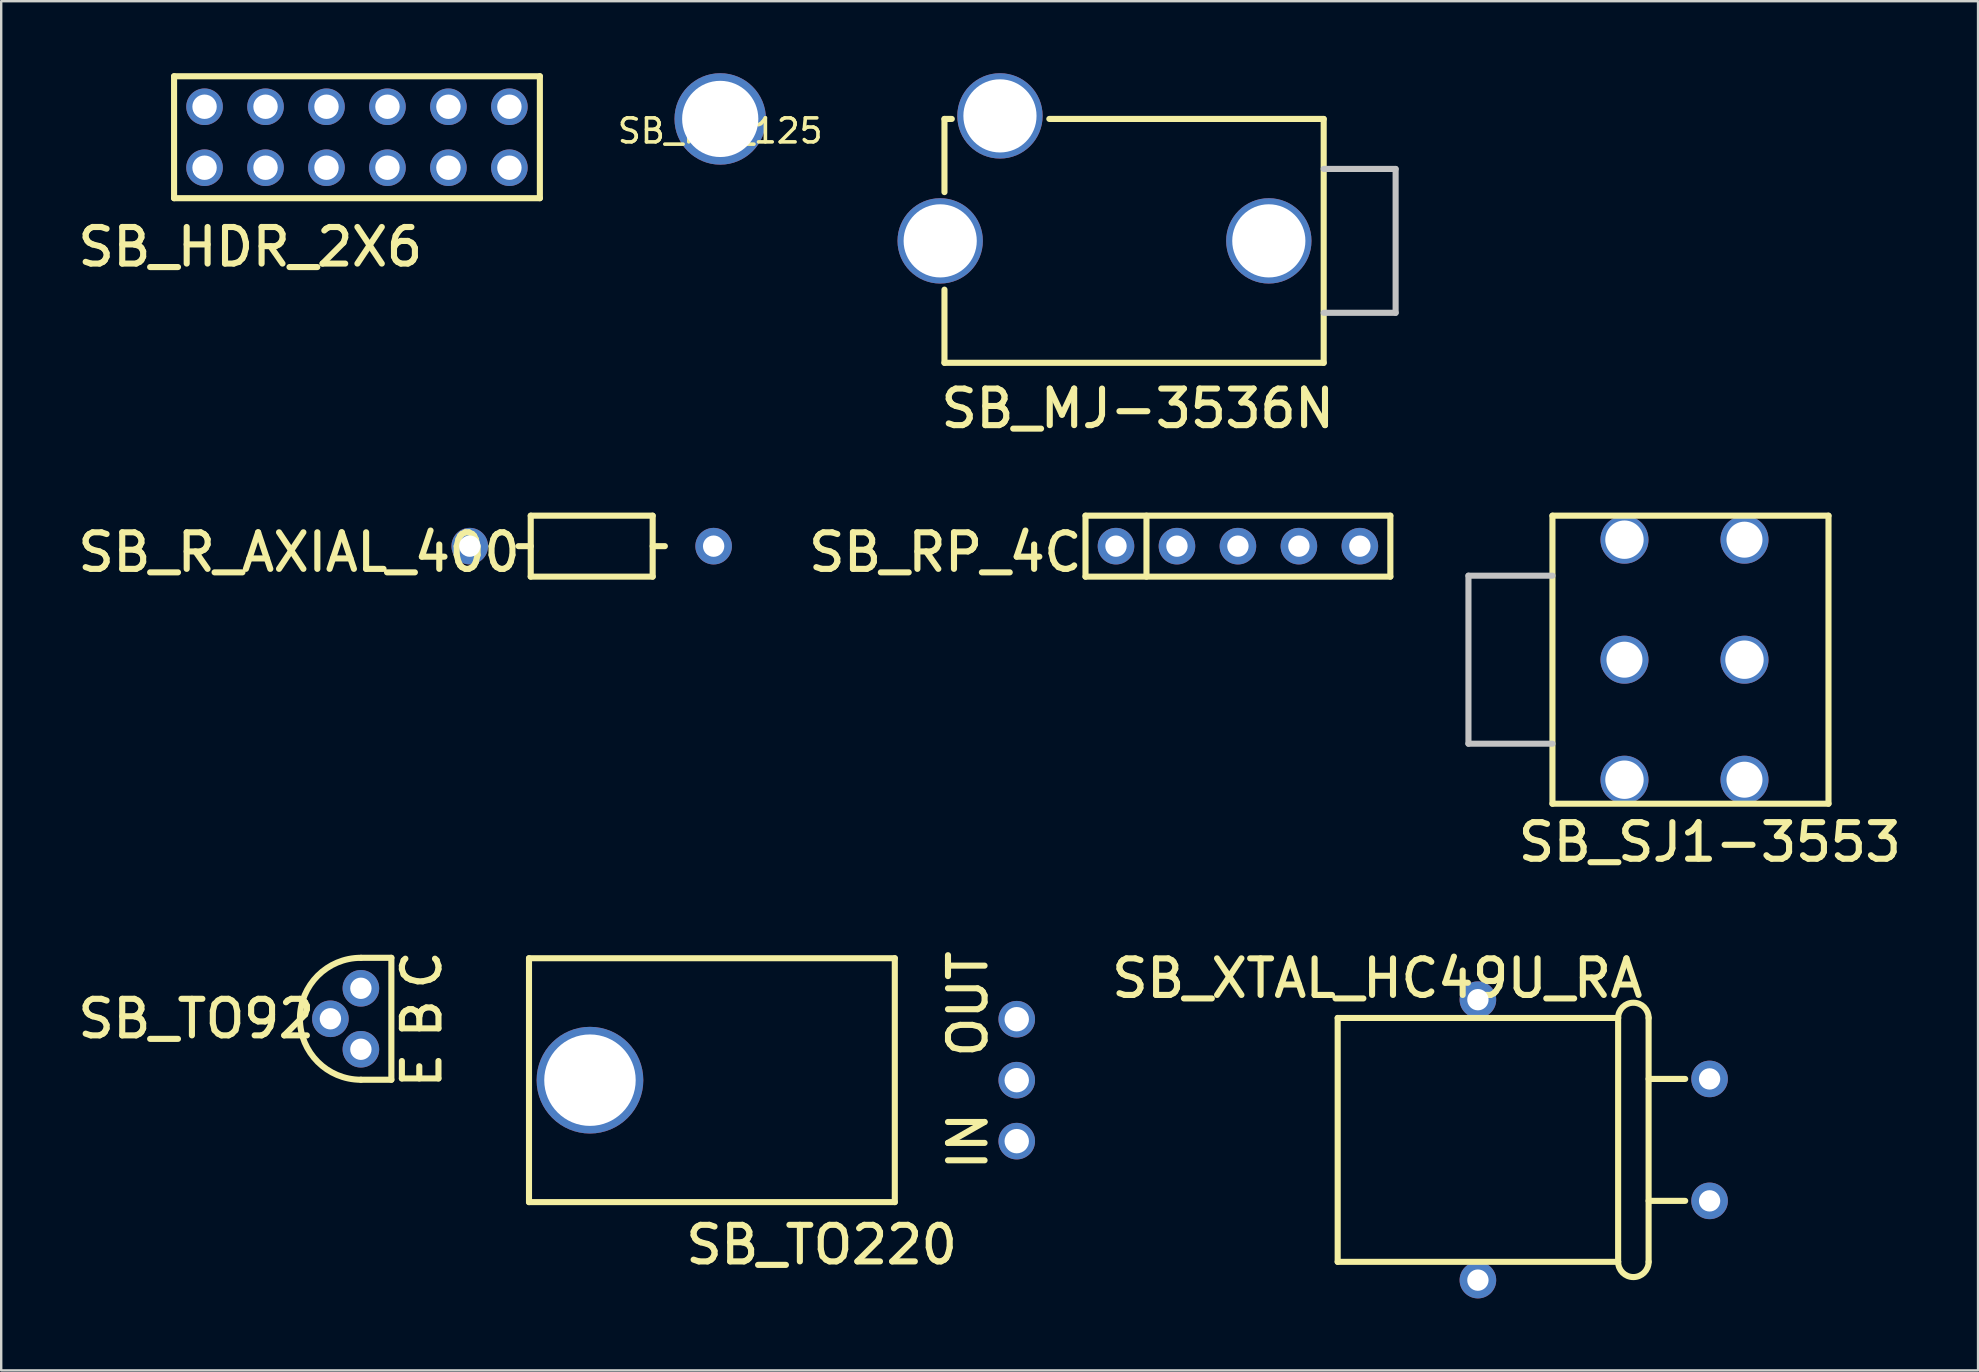
<source format=kicad_pcb>
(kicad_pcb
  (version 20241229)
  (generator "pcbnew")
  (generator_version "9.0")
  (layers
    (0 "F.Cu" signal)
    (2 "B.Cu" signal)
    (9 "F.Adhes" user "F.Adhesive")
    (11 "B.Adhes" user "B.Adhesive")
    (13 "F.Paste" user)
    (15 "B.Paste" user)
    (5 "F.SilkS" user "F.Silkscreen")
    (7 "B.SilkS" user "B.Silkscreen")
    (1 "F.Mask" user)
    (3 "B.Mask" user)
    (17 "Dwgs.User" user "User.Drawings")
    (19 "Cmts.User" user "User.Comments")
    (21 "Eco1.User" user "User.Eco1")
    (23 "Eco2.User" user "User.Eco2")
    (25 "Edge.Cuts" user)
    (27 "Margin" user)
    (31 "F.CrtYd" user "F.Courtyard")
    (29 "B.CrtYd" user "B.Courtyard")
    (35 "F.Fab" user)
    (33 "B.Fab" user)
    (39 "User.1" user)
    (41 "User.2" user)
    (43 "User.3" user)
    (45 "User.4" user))
  (footprint "SB_R_AXIAL_400"
    (layer "F.Cu")
    (at 16.521 19.704)
    (property "Reference" "SB_R_AXIAL_400" (at -7.112 0.254 0) (layer "F.SilkS") (effects (font (size 1.524 1.524) (thickness 0.254))))
    (attr through_hole)
    (fp_line (start 2.54 -1.27) (end 2.54 1.27) (stroke (width 0.254) (type solid)) (layer "F.SilkS"))
    (fp_line (start 2.54 -1.27) (end 7.62 -1.27) (stroke (width 0.254) (type solid)) (layer "F.SilkS"))
    (fp_line (start 2.54 0) (end 2.032 0) (stroke (width 0.254) (type solid)) (layer "F.SilkS"))
    (fp_line (start 2.54 1.27) (end 7.62 1.27) (stroke (width 0.254) (type solid)) (layer "F.SilkS"))
    (fp_line (start 7.62 0) (end 8.128 0) (stroke (width 0.254) (type solid)) (layer "F.SilkS"))
    (fp_line (start 7.62 1.27) (end 7.62 -1.27) (stroke (width 0.254) (type solid)) (layer "F.SilkS"))
    (pad "1" thru_hole circle (at 0 0 270) (size 1.524 1.524) (drill 0.889) (layers "*.Cu" "*.Mask"))
    (pad "2" thru_hole circle (at 10.16 0 270) (size 1.524 1.524) (drill 0.889) (layers "*.Cu" "*.Mask")))
  (footprint "SB_MJ-3536N"
    (layer "F.Cu")
    (at 49.811 6.985)
    (property "Reference" "SB_MJ-3536N" (at -5.461 6.985 0) (layer "F.SilkS") (effects (font (size 1.524 1.524) (thickness 0.254))))
    (attr through_hole)
    (fp_line (start -13.513 -5.08) (end -13.513 -2.032) (stroke (width 0.254) (type solid)) (layer "F.SilkS"))
    (fp_line (start -13.513 -5.08) (end -13.208 -5.08) (stroke (width 0.254) (type solid)) (layer "F.SilkS"))
    (fp_line (start -13.513 5.08) (end -13.513 2.032) (stroke (width 0.254) (type solid)) (layer "F.SilkS"))
    (fp_line (start 2.286 -5.08) (end -9.144 -5.08) (stroke (width 0.254) (type solid)) (layer "F.SilkS"))
    (fp_line (start 2.286 5.08) (end -13.513 5.08) (stroke (width 0.254) (type solid)) (layer "F.SilkS"))
    (fp_line (start 2.286 5.08) (end 2.286 -5.08) (stroke (width 0.254) (type solid)) (layer "F.SilkS"))
    (fp_line (start 2.286 -2.997) (end 5.283 -2.997) (stroke (width 0.254) (type solid)) (layer "Dwgs.User"))
    (fp_line (start 2.286 2.997) (end 5.283 2.997) (stroke (width 0.254) (type solid)) (layer "Dwgs.User"))
    (fp_line (start 5.283 -2.997) (end 5.283 2.997) (stroke (width 0.254) (type solid)) (layer "Dwgs.User"))
    (pad "1" thru_hole circle (at -13.691 0 270) (size 3.556 3.556) (drill 3.048) (layers "*.Cu" "*.Mask"))
    (pad "2" thru_hole circle (at 0 0 270) (size 3.556 3.556) (drill 3.048) (layers "*.Cu" "*.Mask"))
    (pad "3" thru_hole circle (at -11.201 -5.207 270) (size 3.556 3.556) (drill 3.048) (layers "*.Cu" "*.Mask")))
  (footprint "SB_RP_4C"
    (layer "F.Cu")
    (at 43.444 19.704)
    (property "Reference" "SB_RP_4C" (at -7.112 0.254 0) (layer "F.SilkS") (effects (font (size 1.524 1.524) (thickness 0.254))))
    (attr through_hole)
    (fp_line (start -1.27 -1.27) (end -1.27 1.27) (stroke (width 0.254) (type solid)) (layer "F.SilkS"))
    (fp_line (start -1.27 1.27) (end 11.43 1.27) (stroke (width 0.254) (type solid)) (layer "F.SilkS"))
    (fp_line (start 1.27 -1.27) (end 1.27 1.27) (stroke (width 0.254) (type solid)) (layer "F.SilkS"))
    (fp_line (start 11.43 -1.27) (end -1.27 -1.27) (stroke (width 0.254) (type solid)) (layer "F.SilkS"))
    (fp_line (start 11.43 1.27) (end 11.43 -1.27) (stroke (width 0.254) (type solid)) (layer "F.SilkS"))
    (pad "1" thru_hole circle (at 0 0 270) (size 1.524 1.524) (drill 0.889) (layers "*.Cu" "*.Mask"))
    (pad "2" thru_hole circle (at 2.54 0 270) (size 1.524 1.524) (drill 0.889) (layers "*.Cu" "*.Mask"))
    (pad "3" thru_hole circle (at 5.08 0) (size 1.524 1.524) (drill 0.889) (layers "*.Cu" "*.Mask"))
    (pad "4" thru_hole circle (at 7.62 0) (size 1.524 1.524) (drill 0.889) (layers "*.Cu" "*.Mask"))
    (pad "5" thru_hole circle (at 10.16 0) (size 1.524 1.524) (drill 0.889) (layers "*.Cu" "*.Mask")))
  (footprint "SB_HDR_2X6"
    (layer "F.Cu")
    (at 5.472 3.937)
    (property "Reference" "SB_HDR_2X6" (at 1.905 3.302 0) (layer "F.SilkS") (effects (font (size 1.524 1.524) (thickness 0.254))))
    (attr through_hole)
    (fp_line (start -1.27 -3.81) (end -1.27 1.27) (stroke (width 0.254) (type solid)) (layer "F.SilkS"))
    (fp_line (start -1.27 1.27) (end 13.97 1.27) (stroke (width 0.254) (type solid)) (layer "F.SilkS"))
    (fp_line (start 13.97 -3.81) (end -1.27 -3.81) (stroke (width 0.254) (type solid)) (layer "F.SilkS"))
    (fp_line (start 13.97 1.27) (end 13.97 -3.81) (stroke (width 0.254) (type solid)) (layer "F.SilkS"))
    (pad "1" thru_hole circle (at 0 0) (size 1.524 1.524) (drill 1.016) (layers "*.Cu" "*.Mask"))
    (pad "2" thru_hole circle (at 0 -2.54) (size 1.524 1.524) (drill 1.016) (layers "*.Cu" "*.Mask"))
    (pad "3" thru_hole circle (at 2.54 0) (size 1.524 1.524) (drill 1.016) (layers "*.Cu" "*.Mask"))
    (pad "4" thru_hole circle (at 2.54 -2.54) (size 1.524 1.524) (drill 1.016) (layers "*.Cu" "*.Mask"))
    (pad "5" thru_hole circle (at 5.08 0) (size 1.524 1.524) (drill 1.016) (layers "*.Cu" "*.Mask"))
    (pad "6" thru_hole circle (at 5.08 -2.54) (size 1.524 1.524) (drill 1.016) (layers "*.Cu" "*.Mask"))
    (pad "7" thru_hole circle (at 7.62 0) (size 1.524 1.524) (drill 1.016) (layers "*.Cu" "*.Mask"))
    (pad "8" thru_hole circle (at 7.62 -2.54) (size 1.524 1.524) (drill 1.016) (layers "*.Cu" "*.Mask"))
    (pad "9" thru_hole circle (at 10.16 0) (size 1.524 1.524) (drill 1.016) (layers "*.Cu" "*.Mask"))
    (pad "10" thru_hole circle (at 10.16 -2.54) (size 1.524 1.524) (drill 1.016) (layers "*.Cu" "*.Mask"))
    (pad "11" thru_hole circle (at 12.7 0) (size 1.524 1.524) (drill 1.016) (layers "*.Cu" "*.Mask"))
    (pad "12" thru_hole circle (at 12.7 -2.54) (size 1.524 1.524) (drill 1.016) (layers "*.Cu" "*.Mask")))
  (footprint "SB_TO220"
    (layer "F.Cu")
    (at 39.309 44.492)
    (property "Reference" "SB_TO220" (at -8.128 4.318 0) (layer "F.SilkS") (effects (font (size 1.524 1.524) (thickness 0.254))))
    (attr through_hole)
    (fp_line (start -20.32 -7.62) (end -20.32 2.54) (stroke (width 0.254) (type solid)) (layer "F.SilkS"))
    (fp_line (start -20.32 2.54) (end -5.08 2.54) (stroke (width 0.254) (type solid)) (layer "F.SilkS"))
    (fp_line (start -5.08 -7.62) (end -20.32 -7.62) (stroke (width 0.254) (type solid)) (layer "F.SilkS"))
    (fp_line (start -5.08 2.54) (end -5.08 -7.62) (stroke (width 0.254) (type solid)) (layer "F.SilkS"))
    (fp_text user "IN" (at -2.032 0 90) (layer "F.SilkS") (effects (font (size 1.524 1.524) (thickness 0.254))))
    (fp_text user "OUT" (at -2.032 -5.715 90) (layer "F.SilkS") (effects (font (size 1.524 1.524) (thickness 0.254))))
    (pad "1" thru_hole circle (at 0 0 270) (size 1.524 1.524) (drill 1.016) (layers "*.Cu" "*.Mask"))
    (pad "2" thru_hole circle (at -17.78 -2.54 270) (size 4.445 4.445) (drill 3.81) (layers "*.Cu" "*.Mask"))
    (pad "2" thru_hole circle (at 0 -2.54 270) (size 1.524 1.524) (drill 1.016) (layers "*.Cu" "*.Mask"))
    (pad "3" thru_hole circle (at 0 -5.08 270) (size 1.524 1.524) (drill 1.016) (layers "*.Cu" "*.Mask")))
  (footprint "SB_SJ1-3553"
    (layer "F.Cu")
    (at 64.628 24.434)
    (property "Reference" "SB_SJ1-3553" (at 3.556 7.6 0) (layer "F.SilkS") (effects (font (size 1.524 1.524) (thickness 0.254))))
    (attr through_hole)
    (fp_line (start -3 -6) (end 8.5 -6) (stroke (width 0.254) (type solid)) (layer "F.SilkS"))
    (fp_line (start -3 6) (end -3 -6) (stroke (width 0.254) (type solid)) (layer "F.SilkS"))
    (fp_line (start -3 6) (end 8.5 6) (stroke (width 0.254) (type solid)) (layer "F.SilkS"))
    (fp_line (start 8.5 6) (end 8.5 -6) (stroke (width 0.254) (type solid)) (layer "F.SilkS"))
    (fp_line (start -6.5 -3.5) (end -6.5 3.5) (stroke (width 0.254) (type solid)) (layer "Dwgs.User"))
    (fp_line (start -6.5 3.5) (end -3 3.5) (stroke (width 0.254) (type solid)) (layer "Dwgs.User"))
    (fp_line (start -3 -3.5) (end -6.5 -3.5) (stroke (width 0.254) (type solid)) (layer "Dwgs.User"))
    (pad "0" thru_hole circle (at 0 -5) (size 2 2) (drill 1.6) (layers "*.Cu" "*.Mask"))
    (pad "0" thru_hole circle (at 0 5) (size 2 2) (drill 1.6) (layers "*.Cu" "*.Mask"))
    (pad "0" thru_hole circle (at 5 0) (size 2 2) (drill 1.6) (layers "*.Cu" "*.Mask"))
    (pad "1" thru_hole circle (at 5 5) (size 2 2) (drill 1.5) (layers "*.Cu" "*.Mask"))
    (pad "2" thru_hole circle (at 5 -5) (size 2 2) (drill 1.5) (layers "*.Cu" "*.Mask"))
    (pad "3" thru_hole circle (at 0 0) (size 2 2) (drill 1.5) (layers "*.Cu" "*.Mask")))
  (footprint "SB_XTAL_HC49U_RA"
    (layer "F.Cu")
    (at 68.174 46.98)
    (property "Reference" "SB_XTAL_HC49U_RA" (at -13.843 -9.271 0) (layer "F.SilkS") (effects (font (size 1.524 1.524) (thickness 0.254))))
    (attr through_hole)
    (fp_line (start -15.494 -7.62) (end -15.494 2.54) (stroke (width 0.254) (type solid)) (layer "F.SilkS"))
    (fp_line (start -15.494 2.54) (end -3.81 2.54) (stroke (width 0.254) (type solid)) (layer "F.SilkS"))
    (fp_line (start -3.81 -7.62) (end -15.494 -7.62) (stroke (width 0.254) (type solid)) (layer "F.SilkS"))
    (fp_line (start -3.81 -7.62) (end -3.81 2.54) (stroke (width 0.254) (type solid)) (layer "F.SilkS"))
    (fp_line (start -2.54 -7.62) (end -2.54 2.54) (stroke (width 0.254) (type solid)) (layer "F.SilkS"))
    (fp_line (start -1.016 -5.08) (end -2.54 -5.08) (stroke (width 0.254) (type solid)) (layer "F.SilkS"))
    (fp_line (start -1.016 0) (end -2.54 0) (stroke (width 0.254) (type solid)) (layer "F.SilkS"))
    (fp_arc (start -3.81 -7.62) (mid -3.175 -8.255) (end -2.54 -7.62) (stroke (width 0.254) (type solid)) (layer "F.SilkS"))
    (fp_arc (start -2.54 2.54) (mid -3.175 3.175) (end -3.81 2.54) (stroke (width 0.254) (type solid)) (layer "F.SilkS"))
    (pad "1" thru_hole circle (at 0 0 270) (size 1.524 1.524) (drill 0.889) (layers "*.Cu" "*.Mask"))
    (pad "2" thru_hole circle (at -9.652 3.302 270) (size 1.524 1.524) (drill 0.889) (layers "*.Cu" "*.Mask"))
    (pad "3" thru_hole circle (at 0 -5.08 270) (size 1.524 1.524) (drill 0.889) (layers "*.Cu" "*.Mask"))
    (pad "4" thru_hole circle (at -9.652 -8.382 270) (size 1.524 1.524) (drill 0.889) (layers "*.Cu" "*.Mask")))
  (footprint "SB_MH_125"
    (layer "F.Cu")
    (at 26.956 1.905)
    (property "Reference" "SB_MH_125" (at 0 0.5 0) (layer "F.SilkS") (effects (font (size 1 1) (thickness 0.15))))
    (attr through_hole)
    (pad "1" thru_hole circle (at 0 0) (size 3.81 3.81) (drill 3.175) (layers "*.Cu" "*.Mask")))
  (footprint "SB_TO92"
    (layer "F.Cu")
    (at 11.985 40.664)
    (property "Reference" "SB_TO92" (at -6.858 -1.27 0) (layer "F.SilkS") (effects (font (size 1.524 1.524) (thickness 0.254))))
    (attr through_hole)
    (fp_line (start 0 1.27) (end 1.27 1.27) (stroke (width 0.254) (type solid)) (layer "F.SilkS"))
    (fp_line (start 1.27 -3.81) (end 0 -3.81) (stroke (width 0.254) (type solid)) (layer "F.SilkS"))
    (fp_line (start 1.27 1.27) (end 1.27 -3.81) (stroke (width 0.254) (type solid)) (layer "F.SilkS"))
    (fp_arc (start 0 1.27) (mid -2.54 -1.27) (end 0 -3.81) (stroke (width 0.254) (type solid)) (layer "F.SilkS"))
    (fp_text user "B" (at 2.54 -1.27 90) (layer "F.SilkS") (effects (font (size 1.524 1.524) (thickness 0.254))))
    (fp_text user "E" (at 2.54 0.889 90) (layer "F.SilkS") (effects (font (size 1.524 1.524) (thickness 0.254))))
    (fp_text user "C" (at 2.54 -3.302 90) (layer "F.SilkS") (effects (font (size 1.524 1.524) (thickness 0.254))))
    (pad "1" thru_hole circle (at 0 0 270) (size 1.524 1.524) (drill 0.889) (layers "*.Cu" "*.Mask"))
    (pad "2" thru_hole circle (at -1.27 -1.27 270) (size 1.524 1.524) (drill 0.889) (layers "*.Cu" "*.Mask"))
    (pad "3" thru_hole circle (at 0 -2.54 270) (size 1.524 1.524) (drill 0.889) (layers "*.Cu" "*.Mask")))
  (gr_rect
    (start -3 -3)
    (end 79.359 54.044)
    (stroke (width 0.1) (type default))
    (fill no)
    (layer "Edge.Cuts")))
</source>
